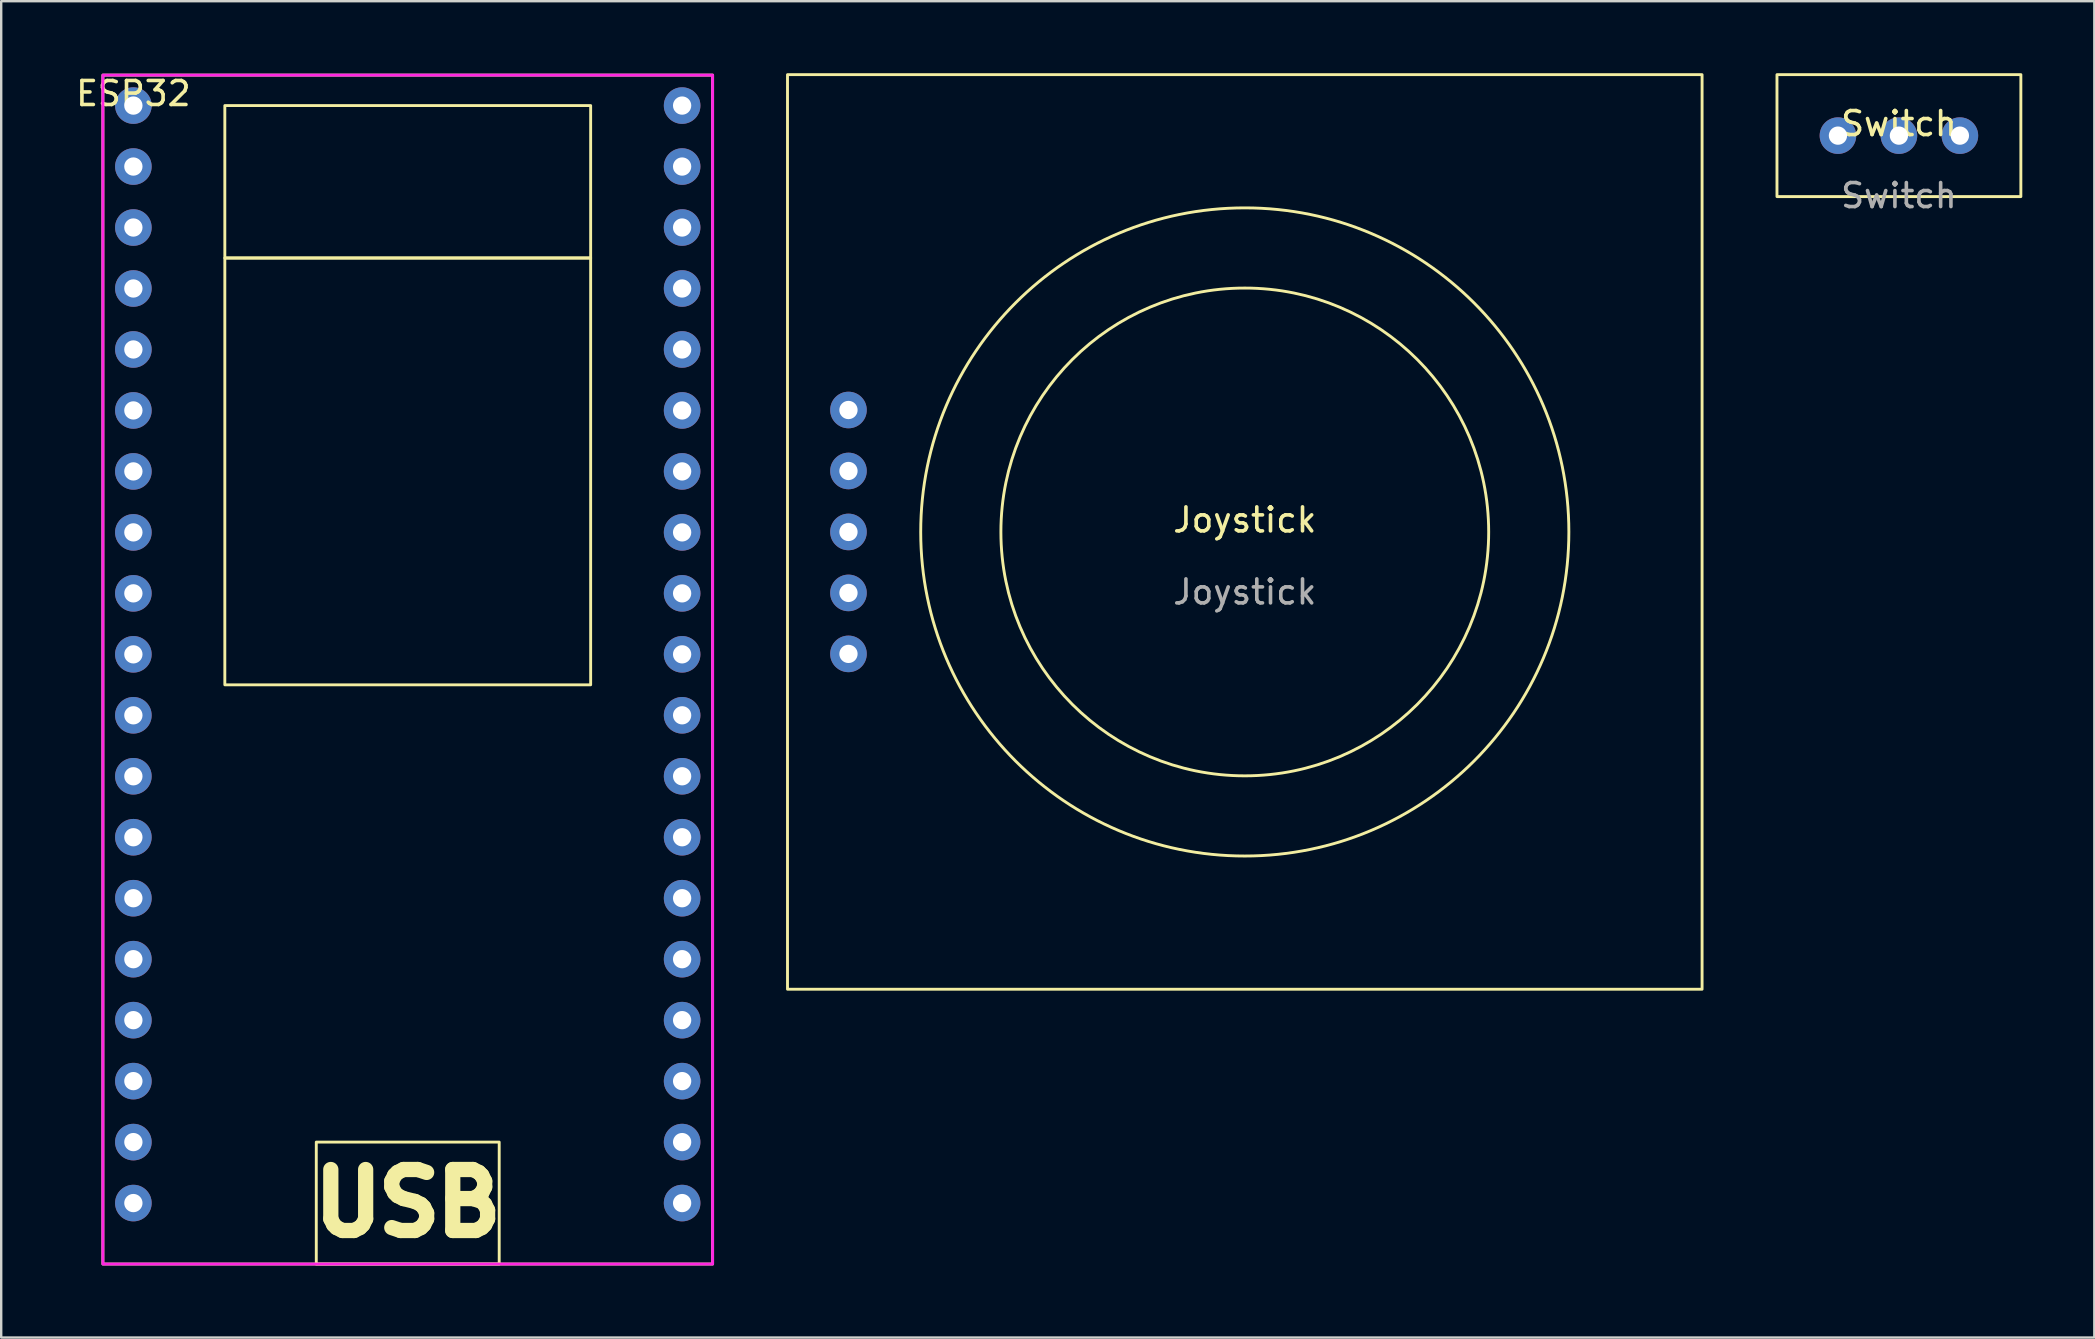
<source format=kicad_pcb>
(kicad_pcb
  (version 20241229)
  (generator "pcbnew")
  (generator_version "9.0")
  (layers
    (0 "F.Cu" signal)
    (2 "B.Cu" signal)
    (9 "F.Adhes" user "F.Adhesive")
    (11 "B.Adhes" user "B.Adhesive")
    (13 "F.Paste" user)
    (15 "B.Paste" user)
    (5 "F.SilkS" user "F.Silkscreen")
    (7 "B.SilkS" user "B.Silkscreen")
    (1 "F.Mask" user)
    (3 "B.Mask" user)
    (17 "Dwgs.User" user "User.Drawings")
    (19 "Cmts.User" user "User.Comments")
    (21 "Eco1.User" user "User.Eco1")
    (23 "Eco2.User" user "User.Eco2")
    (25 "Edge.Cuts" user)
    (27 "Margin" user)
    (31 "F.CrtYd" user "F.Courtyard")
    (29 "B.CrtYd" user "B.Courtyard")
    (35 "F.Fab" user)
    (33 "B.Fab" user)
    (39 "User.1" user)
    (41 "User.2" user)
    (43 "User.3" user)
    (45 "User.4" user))
  (footprint "Switch"
    (layer "F.Cu")
    (at 76.056 2.6)
    (property "Reference" "Switch" (at 0 -0.5 0) (unlocked yes) (layer "F.SilkS") (effects (font (size 1 1) (thickness 0.15))))
    (attr through_hole)
    (fp_rect (start -5.08 -2.54) (end 5.08 2.54) (stroke (width 0.12) (type solid)) (fill no) (layer "F.SilkS"))
    (fp_text user "${REFERENCE}" (at 0 2.5 0) (unlocked yes) (layer "F.Fab") (effects (font (size 1 1) (thickness 0.15))))
    (pad "1" thru_hole circle (at -2.54 0) (size 1.524 1.524) (drill 0.762) (layers "*.Cu" "*.Mask"))
    (pad "2" thru_hole circle (at 0 0) (size 1.524 1.524) (drill 0.762) (layers "*.Cu" "*.Mask"))
    (pad "3" thru_hole circle (at 2.54 0) (size 1.524 1.524) (drill 0.762) (layers "*.Cu" "*.Mask")))
  (footprint "ESP32"
    (layer "F.Cu")
    (at 2.506 1.348)
    (property "Reference" "ESP32" (at 0 -0.5 0) (unlocked yes) (layer "F.SilkS") (effects (font (size 1 1) (thickness 0.15))))
    (attr through_hole)
    (fp_rect (start -1.27 -1.27) (end 24.13 48.26) (stroke (width 0.12) (type solid)) (fill no) (layer "F.SilkS"))
    (fp_rect (start 3.81 6.35) (end 19.05 0) (stroke (width 0.12) (type solid)) (fill no) (layer "F.SilkS"))
    (fp_rect (start 3.81 6.35) (end 19.05 24.13) (stroke (width 0.12) (type solid)) (fill no) (layer "F.SilkS"))
    (fp_rect (start 7.62 48.26) (end 15.24 43.18) (stroke (width 0.12) (type solid)) (fill no) (layer "F.SilkS"))
    (fp_rect (start -1.27 48.26) (end 24.13 -1.27) (stroke (width 0.12) (type solid)) (fill no) (layer "F.CrtYd"))
    (fp_text user "USB" (at 11.43 45.72 0) (unlocked yes) (layer "F.SilkS") (effects (font (size 2.54 2.54) (thickness 0.635))))
    (pad "1" thru_hole circle (at 0 0) (size 1.524 1.524) (drill 0.762) (layers "*.Cu" "*.Mask"))
    (pad "2" thru_hole circle (at 0 2.54) (size 1.524 1.524) (drill 0.762) (layers "*.Cu" "*.Mask"))
    (pad "2" thru_hole circle (at 0 33.02) (size 1.524 1.524) (drill 0.762) (layers "*.Cu" "*.Mask"))
    (pad "2" thru_hole circle (at 22.86 0) (size 1.524 1.524) (drill 0.762) (layers "*.Cu" "*.Mask"))
    (pad "2" thru_hole circle (at 22.86 15.24) (size 1.524 1.524) (drill 0.762) (layers "*.Cu" "*.Mask"))
    (pad "3" thru_hole circle (at 0 5.08) (size 1.524 1.524) (drill 0.762) (layers "*.Cu" "*.Mask"))
    (pad "4" thru_hole circle (at 0 7.62) (size 1.524 1.524) (drill 0.762) (layers "*.Cu" "*.Mask"))
    (pad "5" thru_hole circle (at 0 10.16) (size 1.524 1.524) (drill 0.762) (layers "*.Cu" "*.Mask"))
    (pad "6" thru_hole circle (at 0 12.7) (size 1.524 1.524) (drill 0.762) (layers "*.Cu" "*.Mask"))
    (pad "7" thru_hole circle (at 0 15.24) (size 1.524 1.524) (drill 0.762) (layers "*.Cu" "*.Mask"))
    (pad "8" thru_hole circle (at 0 17.78) (size 1.524 1.524) (drill 0.762) (layers "*.Cu" "*.Mask"))
    (pad "9" thru_hole circle (at 0 20.32) (size 1.524 1.524) (drill 0.762) (layers "*.Cu" "*.Mask"))
    (pad "10" thru_hole circle (at 0 22.86) (size 1.524 1.524) (drill 0.762) (layers "*.Cu" "*.Mask"))
    (pad "11" thru_hole circle (at 0 25.4) (size 1.524 1.524) (drill 0.762) (layers "*.Cu" "*.Mask"))
    (pad "12" thru_hole circle (at 0 27.94) (size 1.524 1.524) (drill 0.762) (layers "*.Cu" "*.Mask"))
    (pad "13" thru_hole circle (at 0 30.48) (size 1.524 1.524) (drill 0.762) (layers "*.Cu" "*.Mask"))
    (pad "15" thru_hole circle (at 0 35.56) (size 1.524 1.524) (drill 0.762) (layers "*.Cu" "*.Mask"))
    (pad "16" thru_hole circle (at 0 38.1) (size 1.524 1.524) (drill 0.762) (layers "*.Cu" "*.Mask"))
    (pad "17" thru_hole circle (at 0 40.64) (size 1.524 1.524) (drill 0.762) (layers "*.Cu" "*.Mask"))
    (pad "18" thru_hole circle (at 0 43.18) (size 1.524 1.524) (drill 0.762) (layers "*.Cu" "*.Mask"))
    (pad "19" thru_hole circle (at 0 45.72) (size 1.524 1.524) (drill 0.762) (layers "*.Cu" "*.Mask"))
    (pad "20" thru_hole circle (at 22.86 45.72) (size 1.524 1.524) (drill 0.762) (layers "*.Cu" "*.Mask"))
    (pad "21" thru_hole circle (at 22.86 43.18) (size 1.524 1.524) (drill 0.762) (layers "*.Cu" "*.Mask"))
    (pad "22" thru_hole circle (at 22.86 40.64) (size 1.524 1.524) (drill 0.762) (layers "*.Cu" "*.Mask"))
    (pad "23" thru_hole circle (at 22.86 38.1) (size 1.524 1.524) (drill 0.762) (layers "*.Cu" "*.Mask"))
    (pad "24" thru_hole circle (at 22.86 35.56) (size 1.524 1.524) (drill 0.762) (layers "*.Cu" "*.Mask"))
    (pad "25" thru_hole circle (at 22.86 33.02) (size 1.524 1.524) (drill 0.762) (layers "*.Cu" "*.Mask"))
    (pad "26" thru_hole circle (at 22.86 30.48) (size 1.524 1.524) (drill 0.762) (layers "*.Cu" "*.Mask"))
    (pad "27" thru_hole circle (at 22.86 27.94) (size 1.524 1.524) (drill 0.762) (layers "*.Cu" "*.Mask"))
    (pad "28" thru_hole circle (at 22.86 25.4) (size 1.524 1.524) (drill 0.762) (layers "*.Cu" "*.Mask"))
    (pad "29" thru_hole circle (at 22.86 22.86) (size 1.524 1.524) (drill 0.762) (layers "*.Cu" "*.Mask"))
    (pad "30" thru_hole circle (at 22.86 20.32) (size 1.524 1.524) (drill 0.762) (layers "*.Cu" "*.Mask"))
    (pad "31" thru_hole circle (at 22.86 17.78) (size 1.524 1.524) (drill 0.762) (layers "*.Cu" "*.Mask"))
    (pad "33" thru_hole circle (at 22.86 12.7) (size 1.524 1.524) (drill 0.762) (layers "*.Cu" "*.Mask"))
    (pad "34" thru_hole circle (at 22.86 10.16) (size 1.524 1.524) (drill 0.762) (layers "*.Cu" "*.Mask"))
    (pad "35" thru_hole circle (at 22.86 7.62) (size 1.524 1.524) (drill 0.762) (layers "*.Cu" "*.Mask"))
    (pad "36" thru_hole circle (at 22.86 5.08) (size 1.524 1.524) (drill 0.762) (layers "*.Cu" "*.Mask"))
    (pad "37" thru_hole circle (at 22.86 2.54) (size 1.524 1.524) (drill 0.762) (layers "*.Cu" "*.Mask")))
  (footprint "Joystick"
    (layer "F.Cu")
    (at 48.806 19.11)
    (property "Reference" "Joystick" (at 0 -0.5 0) (unlocked yes) (layer "F.SilkS") (effects (font (size 1 1) (thickness 0.15))))
    (attr through_hole)
    (fp_rect (start -19.05 -19.05) (end 19.05 19.05) (stroke (width 0.12) (type solid)) (fill no) (layer "F.SilkS"))
    (fp_circle (center 0 0) (end -10.16 8.89) (stroke (width 0.12) (type solid)) (fill no) (layer "F.SilkS"))
    (fp_circle (center 0 0) (end 0 10.16) (stroke (width 0.12) (type solid)) (fill no) (layer "F.SilkS"))
    (fp_text user "${REFERENCE}" (at 0 2.5 0) (unlocked yes) (layer "F.Fab") (effects (font (size 1 1) (thickness 0.15))))
    (pad "1" thru_hole circle (at -16.51 -5.08) (size 1.524 1.524) (drill 0.762) (layers "*.Cu" "*.Mask"))
    (pad "2" thru_hole circle (at -16.51 -2.54) (size 1.524 1.524) (drill 0.762) (layers "*.Cu" "*.Mask"))
    (pad "3" thru_hole circle (at -16.51 0) (size 1.524 1.524) (drill 0.762) (layers "*.Cu" "*.Mask"))
    (pad "4" thru_hole circle (at -16.51 2.54) (size 1.524 1.524) (drill 0.762) (layers "*.Cu" "*.Mask"))
    (pad "5" thru_hole circle (at -16.51 5.08) (size 1.524 1.524) (drill 0.762) (layers "*.Cu" "*.Mask")))
  (gr_rect
    (start -3 -3)
    (end 84.196 52.669)
    (stroke (width 0.1) (type default))
    (fill no)
    (layer "Edge.Cuts")))
</source>
